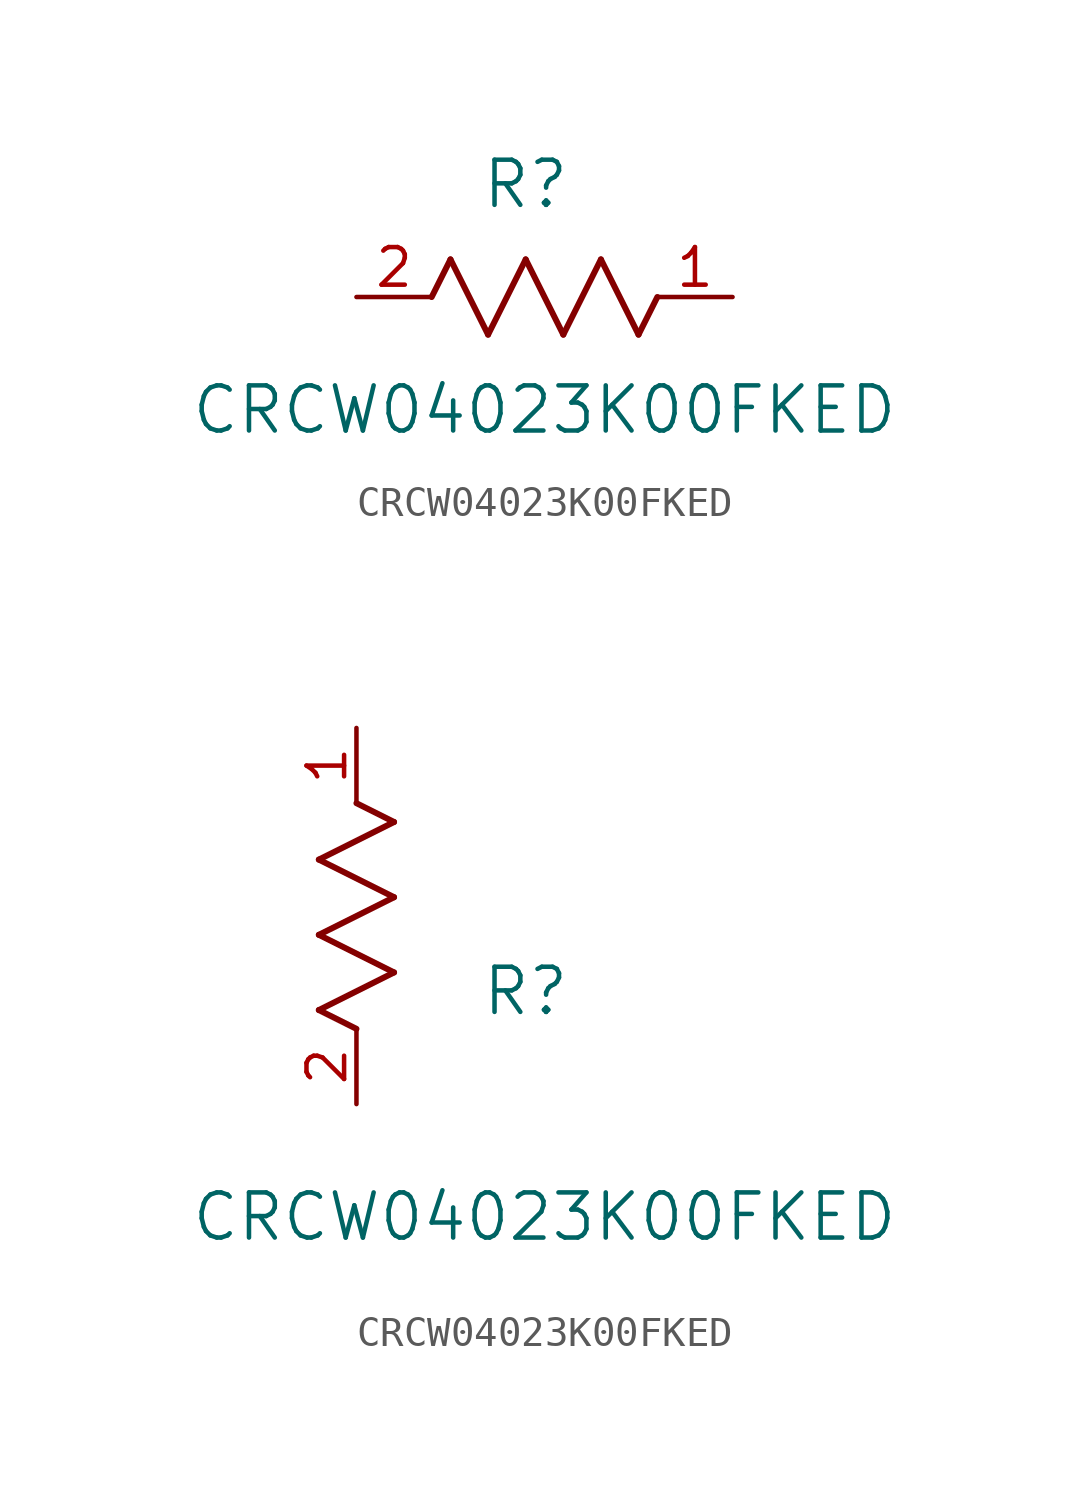
<source format=kicad_sym>
(kicad_symbol_lib
  (version 20211014)
  (generator kicad_symbol_editor)
  (symbol "CRCW04023K00FKED"
    (pin_names
      (offset 0.254))
    (property "Reference" "R"
      (at 5.715 3.81 0)
      (effects (font (size 1.524 1.524))))
    (property "Value" "CRCW04023K00FKED"
      (at 6.35 -3.81 0)
      (effects (font (size 1.524 1.524))))
    (symbol "CRCW04023K00FKED_1_1"
      (polyline (pts (xy 3.175 1.27) (xy 4.445 -1.27)) (stroke (width 0.203) (type default) (color 0 0 0 0)) (fill (type none)))
      (polyline (pts (xy 4.445 -1.27) (xy 5.715 1.27)) (stroke (width 0.203) (type default) (color 0 0 0 0)) (fill (type none)))
      (polyline (pts (xy 5.715 1.27) (xy 6.985 -1.27)) (stroke (width 0.203) (type default) (color 0 0 0 0)) (fill (type none)))
      (polyline (pts (xy 6.985 -1.27) (xy 8.255 1.27)) (stroke (width 0.203) (type default) (color 0 0 0 0)) (fill (type none)))
      (polyline (pts (xy 8.255 1.27) (xy 9.525 -1.27)) (stroke (width 0.203) (type default) (color 0 0 0 0)) (fill (type none)))
      (polyline (pts (xy 2.54 0) (xy 3.175 1.27)) (stroke (width 0.203) (type default) (color 0 0 0 0)) (fill (type none)))
      (polyline (pts (xy 9.525 -1.27) (xy 10.16 0)) (stroke (width 0.203) (type default) (color 0 0 0 0)) (fill (type none)))
      (pin unspecified line (at 0 0 0) (length 2.54) (name "" (effects (font (size 1.27 1.27)))) (number "2" (effects (font (size 1.27 1.27)))))
      (pin unspecified line (at 12.7 0 180) (length 2.54) (name "" (effects (font (size 1.27 1.27)))) (number "1" (effects (font (size 1.27 1.27))))))
    (symbol "CRCW04023K00FKED_1_2"
      (polyline (pts (xy 0 2.54) (xy -1.27 3.175)) (stroke (width 0.203) (type default) (color 0 0 0 0)) (fill (type none)))
      (polyline (pts (xy -1.27 3.175) (xy 1.27 4.445)) (stroke (width 0.203) (type default) (color 0 0 0 0)) (fill (type none)))
      (polyline (pts (xy 1.27 4.445) (xy -1.27 5.715)) (stroke (width 0.203) (type default) (color 0 0 0 0)) (fill (type none)))
      (polyline (pts (xy -1.27 5.715) (xy 1.27 6.985)) (stroke (width 0.203) (type default) (color 0 0 0 0)) (fill (type none)))
      (polyline (pts (xy -1.27 8.255) (xy 1.27 9.525)) (stroke (width 0.203) (type default) (color 0 0 0 0)) (fill (type none)))
      (polyline (pts (xy 1.27 9.525) (xy 0 10.16)) (stroke (width 0.203) (type default) (color 0 0 0 0)) (fill (type none)))
      (polyline (pts (xy 1.27 6.985) (xy -1.27 8.255)) (stroke (width 0.203) (type default) (color 0 0 0 0)) (fill (type none)))
      (pin unspecified line (at 0 0 90) (length 2.54) (name "" (effects (font (size 1.27 1.27)))) (number "2" (effects (font (size 1.27 1.27)))))
      (pin unspecified line (at 0 12.7 270) (length 2.54) (name "" (effects (font (size 1.27 1.27)))) (number "1" (effects (font (size 1.27 1.27))))))))
</source>
